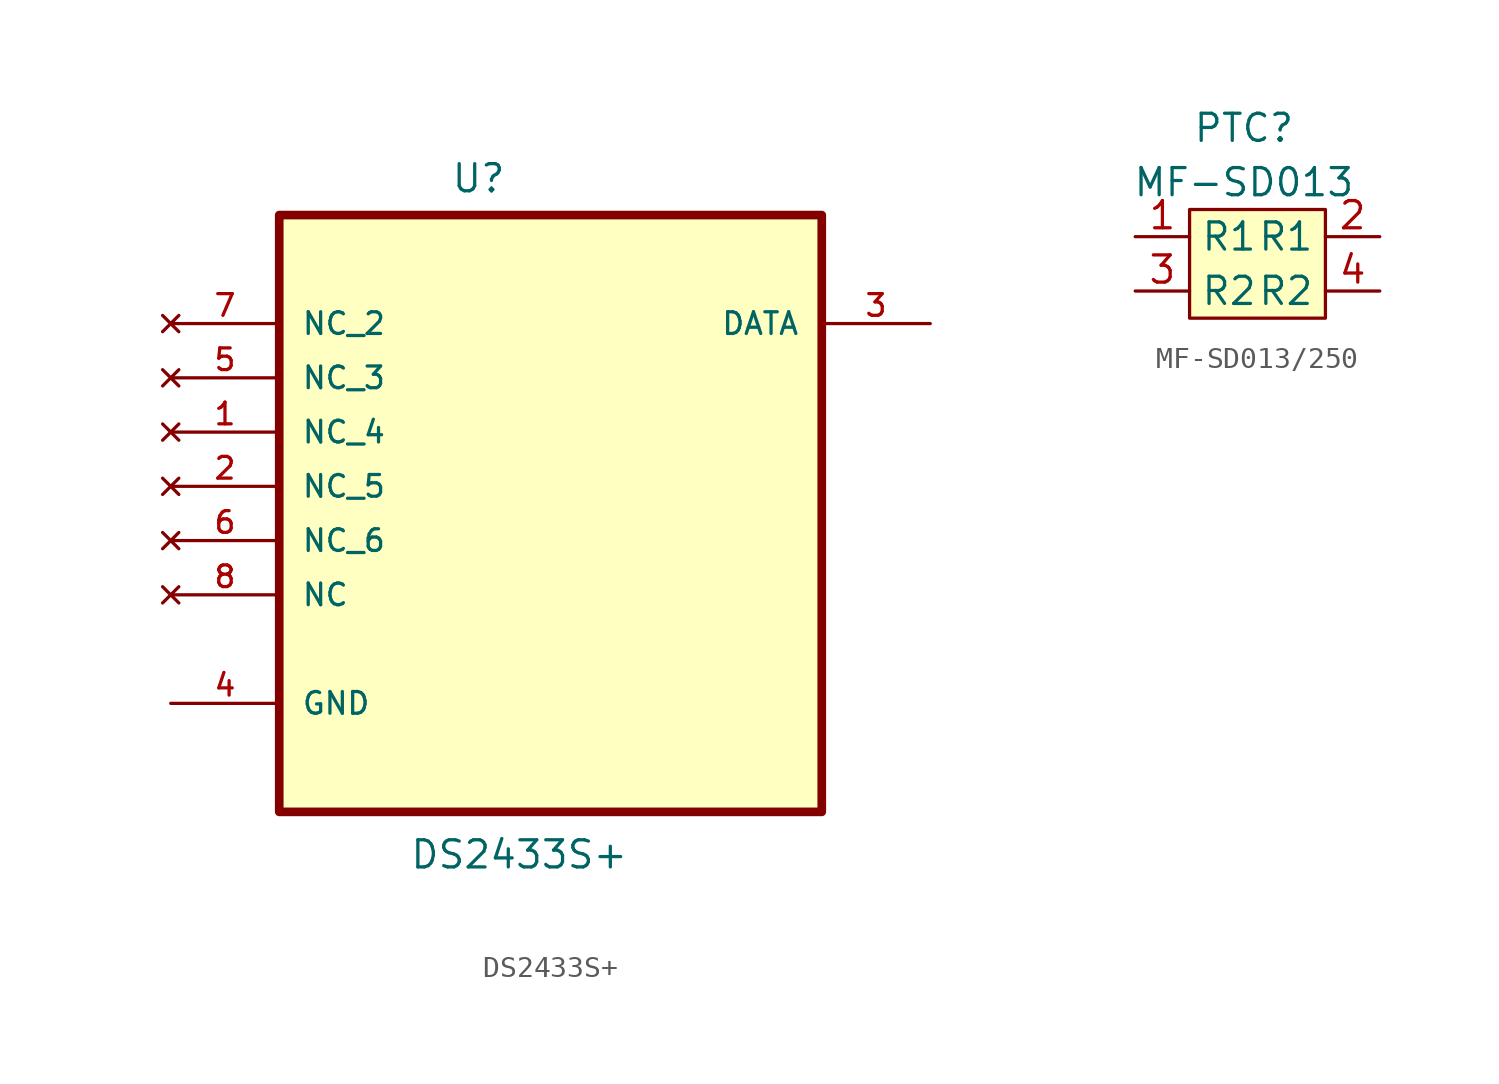
<source format=kicad_sym>
(kicad_symbol_lib
  (version 20220914)
  (generator kicad_symbol_editor)
  (symbol "DS2433S+"
    (pin_names
      (offset 1.016))
    (property "Reference" "U"
      (at -4.677 11.133 0)
      (effects (font (size 1.27 1.27)) (justify left bottom)))
    (property "Value" "DS2433S+"
      (at -6.612 -20.521 0)
      (effects (font (size 1.27 1.27)) (justify left bottom)))
    (symbol "DS2433S+_0_0"
      (rectangle (start -12.7 -17.78) (end 12.7 10.16) (stroke (width 0.406) (type default)) (fill (type background)))
      (pin no_connect line (at -17.78 0 0) (length 5.08) (name "NC_4" (effects (font (size 1.016 1.016)))) (number "1" (effects (font (size 1.016 1.016)))))
      (pin no_connect line (at -17.78 -2.54 0) (length 5.08) (name "NC_5" (effects (font (size 1.016 1.016)))) (number "2" (effects (font (size 1.016 1.016)))))
      (pin bidirectional line (at 17.78 5.08 180) (length 5.08) (name "DATA" (effects (font (size 1.016 1.016)))) (number "3" (effects (font (size 1.016 1.016)))))
      (pin passive line (at -17.78 -12.7 0) (length 5.08) (name "GND" (effects (font (size 1.016 1.016)))) (number "4" (effects (font (size 1.016 1.016)))))
      (pin no_connect line (at -17.78 2.54 0) (length 5.08) (name "NC_3" (effects (font (size 1.016 1.016)))) (number "5" (effects (font (size 1.016 1.016)))))
      (pin no_connect line (at -17.78 -5.08 0) (length 5.08) (name "NC_6" (effects (font (size 1.016 1.016)))) (number "6" (effects (font (size 1.016 1.016)))))
      (pin no_connect line (at -17.78 5.08 0) (length 5.08) (name "NC_2" (effects (font (size 1.016 1.016)))) (number "7" (effects (font (size 1.016 1.016)))))
      (pin no_connect line (at -17.78 -7.62 0) (length 5.08) (name "NC" (effects (font (size 1.016 1.016)))) (number "8" (effects (font (size 1.016 1.016)))))))
  (symbol "MF-SD013/250"
    (property "Reference" "PTC"
      (at 0 1.27 0)
      (effects (font (size 1.27 1.27))))
    (property "Value" "MF-SD013"
      (at 0 -1.27 0)
      (effects (font (size 1.27 1.27))))
    (symbol "MF-SD013/250_1_1"
      (rectangle (start -2.54 -2.54) (end 3.81 -7.62) (stroke (width 0) (type default)) (fill (type background)))
      (pin bidirectional line (at -5.08 -3.81 0) (length 2.54) (name "R1" (effects (font (size 1.27 1.27)))) (number "1" (effects (font (size 1.27 1.27)))))
      (pin bidirectional line (at 6.35 -3.81 180) (length 2.54) (name "R1" (effects (font (size 1.27 1.27)))) (number "2" (effects (font (size 1.27 1.27)))))
      (pin bidirectional line (at -5.08 -6.35 0) (length 2.54) (name "R2" (effects (font (size 1.27 1.27)))) (number "3" (effects (font (size 1.27 1.27)))))
      (pin bidirectional line (at 6.35 -6.35 180) (length 2.54) (name "R2" (effects (font (size 1.27 1.27)))) (number "4" (effects (font (size 1.27 1.27))))))))
</source>
